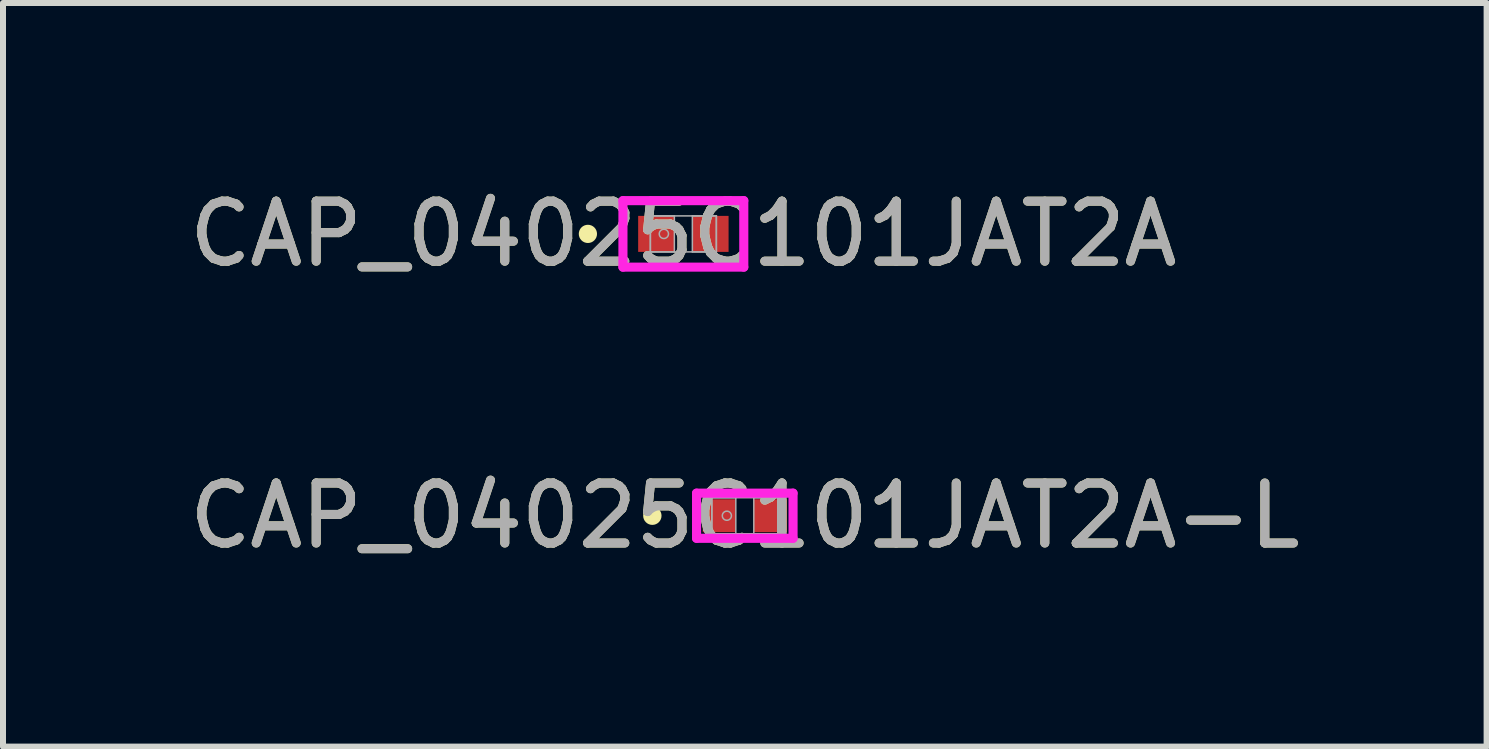
<source format=kicad_pcb>
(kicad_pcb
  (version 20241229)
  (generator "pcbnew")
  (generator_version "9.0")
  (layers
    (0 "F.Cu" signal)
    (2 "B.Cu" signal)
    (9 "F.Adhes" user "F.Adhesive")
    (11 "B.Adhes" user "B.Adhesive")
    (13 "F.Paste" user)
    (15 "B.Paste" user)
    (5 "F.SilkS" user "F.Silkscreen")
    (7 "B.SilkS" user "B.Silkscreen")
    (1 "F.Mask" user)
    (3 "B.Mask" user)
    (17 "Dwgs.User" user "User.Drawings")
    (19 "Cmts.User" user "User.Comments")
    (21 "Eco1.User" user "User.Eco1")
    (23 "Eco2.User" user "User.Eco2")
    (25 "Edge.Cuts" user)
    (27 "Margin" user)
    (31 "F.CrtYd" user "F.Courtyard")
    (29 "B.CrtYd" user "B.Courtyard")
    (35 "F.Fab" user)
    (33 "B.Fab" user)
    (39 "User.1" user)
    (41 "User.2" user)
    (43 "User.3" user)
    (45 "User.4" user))
  (footprint "CAP_04025C101JAT2A"
    (layer "F.Cu")
    (at 8.339 0.848)
    (property "Reference" "CAP_04025C101JAT2A" (at 0 0 0) (unlocked yes) (layer "F.SilkS") (effects (font (size 1 1) (thickness 0.15))))
    (attr smd)
    (fp_circle (center -1.591 0) (end -1.515 0) (stroke (width 0.152) (type solid)) (fill no) (layer "F.SilkS"))
    (fp_line (start -1.007 -0.554) (end 1.007 -0.554) (stroke (width 0.152) (type solid)) (layer "F.CrtYd"))
    (fp_line (start -1.007 0.554) (end -1.007 -0.554) (stroke (width 0.152) (type solid)) (layer "F.CrtYd"))
    (fp_line (start 1.007 -0.554) (end 1.007 0.554) (stroke (width 0.152) (type solid)) (layer "F.CrtYd"))
    (fp_line (start 1.007 0.554) (end -1.007 0.554) (stroke (width 0.152) (type solid)) (layer "F.CrtYd"))
    (fp_line (start -0.55 -0.3) (end -0.55 0.3) (stroke (width 0.025) (type solid)) (layer "F.Fab"))
    (fp_line (start -0.55 -0.3) (end -0.55 0.3) (stroke (width 0.025) (type solid)) (layer "F.Fab"))
    (fp_line (start -0.55 0.3) (end -0.15 0.3) (stroke (width 0.025) (type solid)) (layer "F.Fab"))
    (fp_line (start -0.55 0.3) (end 0.55 0.3) (stroke (width 0.025) (type solid)) (layer "F.Fab"))
    (fp_line (start -0.15 -0.3) (end -0.55 -0.3) (stroke (width 0.025) (type solid)) (layer "F.Fab"))
    (fp_line (start -0.15 0.3) (end -0.15 -0.3) (stroke (width 0.025) (type solid)) (layer "F.Fab"))
    (fp_line (start 0.15 -0.3) (end 0.15 0.3) (stroke (width 0.025) (type solid)) (layer "F.Fab"))
    (fp_line (start 0.15 0.3) (end 0.55 0.3) (stroke (width 0.025) (type solid)) (layer "F.Fab"))
    (fp_line (start 0.55 -0.3) (end -0.55 -0.3) (stroke (width 0.025) (type solid)) (layer "F.Fab"))
    (fp_line (start 0.55 -0.3) (end 0.15 -0.3) (stroke (width 0.025) (type solid)) (layer "F.Fab"))
    (fp_line (start 0.55 0.3) (end 0.55 -0.3) (stroke (width 0.025) (type solid)) (layer "F.Fab"))
    (fp_line (start 0.55 0.3) (end 0.55 -0.3) (stroke (width 0.025) (type solid)) (layer "F.Fab"))
    (fp_circle (center -0.325 0) (end -0.248 0) (stroke (width 0.025) (type solid)) (fill no) (layer "F.Fab"))
    (fp_text user "${REFERENCE}" (at 0 0 0) (unlocked yes) (layer "F.Fab") (effects (font (size 1 1) (thickness 0.15))))
    (pad "1" smd rect (at -0.452 0) (size 0.603 0.6) (layers "F.Cu" "F.Mask" "F.Paste"))
    (pad "2" smd rect (at 0.452 0) (size 0.603 0.6) (layers "F.Cu" "F.Mask" "F.Paste"))
    (zone (net_name "") (layer "F.Cu") (hatch full 0.508) (connect_pads) (min_thickness 0.254) (filled_areas_thickness no) (keepout (tracks not_allowed) (vias not_allowed) (pads allowed) (copperpour not_allowed) (footprints allowed)) (placement (enabled no)) (fill) (polygon (pts (xy 8.24 0.599) (xy 8.438 0.599) (xy 8.438 1.097) (xy 8.24 1.097)))))
  (footprint "CAP_04025C101JAT2A-L"
    (layer "F.Cu")
    (at 9.363 5.545)
    (property "Reference" "CAP_04025C101JAT2A-L" (at 0 0 0) (unlocked yes) (layer "F.SilkS") (effects (font (size 1 1) (thickness 0.15))))
    (attr smd)
    (fp_circle (center -1.541 0) (end -1.464 0) (stroke (width 0.152) (type solid)) (fill no) (layer "F.SilkS"))
    (fp_line (start -0.804 -0.376) (end 0.804 -0.376) (stroke (width 0.152) (type solid)) (layer "F.CrtYd"))
    (fp_line (start -0.804 0.376) (end -0.804 -0.376) (stroke (width 0.152) (type solid)) (layer "F.CrtYd"))
    (fp_line (start 0.804 -0.376) (end 0.804 0.376) (stroke (width 0.152) (type solid)) (layer "F.CrtYd"))
    (fp_line (start 0.804 0.376) (end -0.804 0.376) (stroke (width 0.152) (type solid)) (layer "F.CrtYd"))
    (fp_line (start -0.55 -0.3) (end -0.55 0.3) (stroke (width 0.025) (type solid)) (layer "F.Fab"))
    (fp_line (start -0.55 -0.3) (end -0.55 0.3) (stroke (width 0.025) (type solid)) (layer "F.Fab"))
    (fp_line (start -0.55 0.3) (end -0.15 0.3) (stroke (width 0.025) (type solid)) (layer "F.Fab"))
    (fp_line (start -0.55 0.3) (end 0.55 0.3) (stroke (width 0.025) (type solid)) (layer "F.Fab"))
    (fp_line (start -0.15 -0.3) (end -0.55 -0.3) (stroke (width 0.025) (type solid)) (layer "F.Fab"))
    (fp_line (start -0.15 0.3) (end -0.15 -0.3) (stroke (width 0.025) (type solid)) (layer "F.Fab"))
    (fp_line (start 0.15 -0.3) (end 0.15 0.3) (stroke (width 0.025) (type solid)) (layer "F.Fab"))
    (fp_line (start 0.15 0.3) (end 0.55 0.3) (stroke (width 0.025) (type solid)) (layer "F.Fab"))
    (fp_line (start 0.55 -0.3) (end -0.55 -0.3) (stroke (width 0.025) (type solid)) (layer "F.Fab"))
    (fp_line (start 0.55 -0.3) (end 0.15 -0.3) (stroke (width 0.025) (type solid)) (layer "F.Fab"))
    (fp_line (start 0.55 0.3) (end 0.55 -0.3) (stroke (width 0.025) (type solid)) (layer "F.Fab"))
    (fp_line (start 0.55 0.3) (end 0.55 -0.3) (stroke (width 0.025) (type solid)) (layer "F.Fab"))
    (fp_circle (center -0.299 0) (end -0.223 0) (stroke (width 0.025) (type solid)) (fill no) (layer "F.Fab"))
    (fp_text user "${REFERENCE}" (at 0 0 0) (unlocked yes) (layer "F.Fab") (effects (font (size 1 1) (thickness 0.15))))
    (pad "1" smd rect (at -0.426 0) (size 0.552 0.549) (layers "F.Cu" "F.Mask" "F.Paste"))
    (pad "2" smd rect (at 0.426 0) (size 0.552 0.549) (layers "F.Cu" "F.Mask" "F.Paste"))
    (zone (net_name "") (layer "F.Cu") (hatch full 0.508) (connect_pads) (min_thickness 0.254) (filled_areas_thickness no) (keepout (tracks not_allowed) (vias not_allowed) (pads allowed) (copperpour not_allowed) (footprints allowed)) (placement (enabled no)) (fill) (polygon (pts (xy 9.264 5.296) (xy 9.462 5.296) (xy 9.462 5.794) (xy 9.264 5.794)))))
  (gr_rect
    (start -3 -3)
    (end 21.726 9.393)
    (stroke (width 0.1) (type default))
    (fill no)
    (layer "Edge.Cuts")))
</source>
